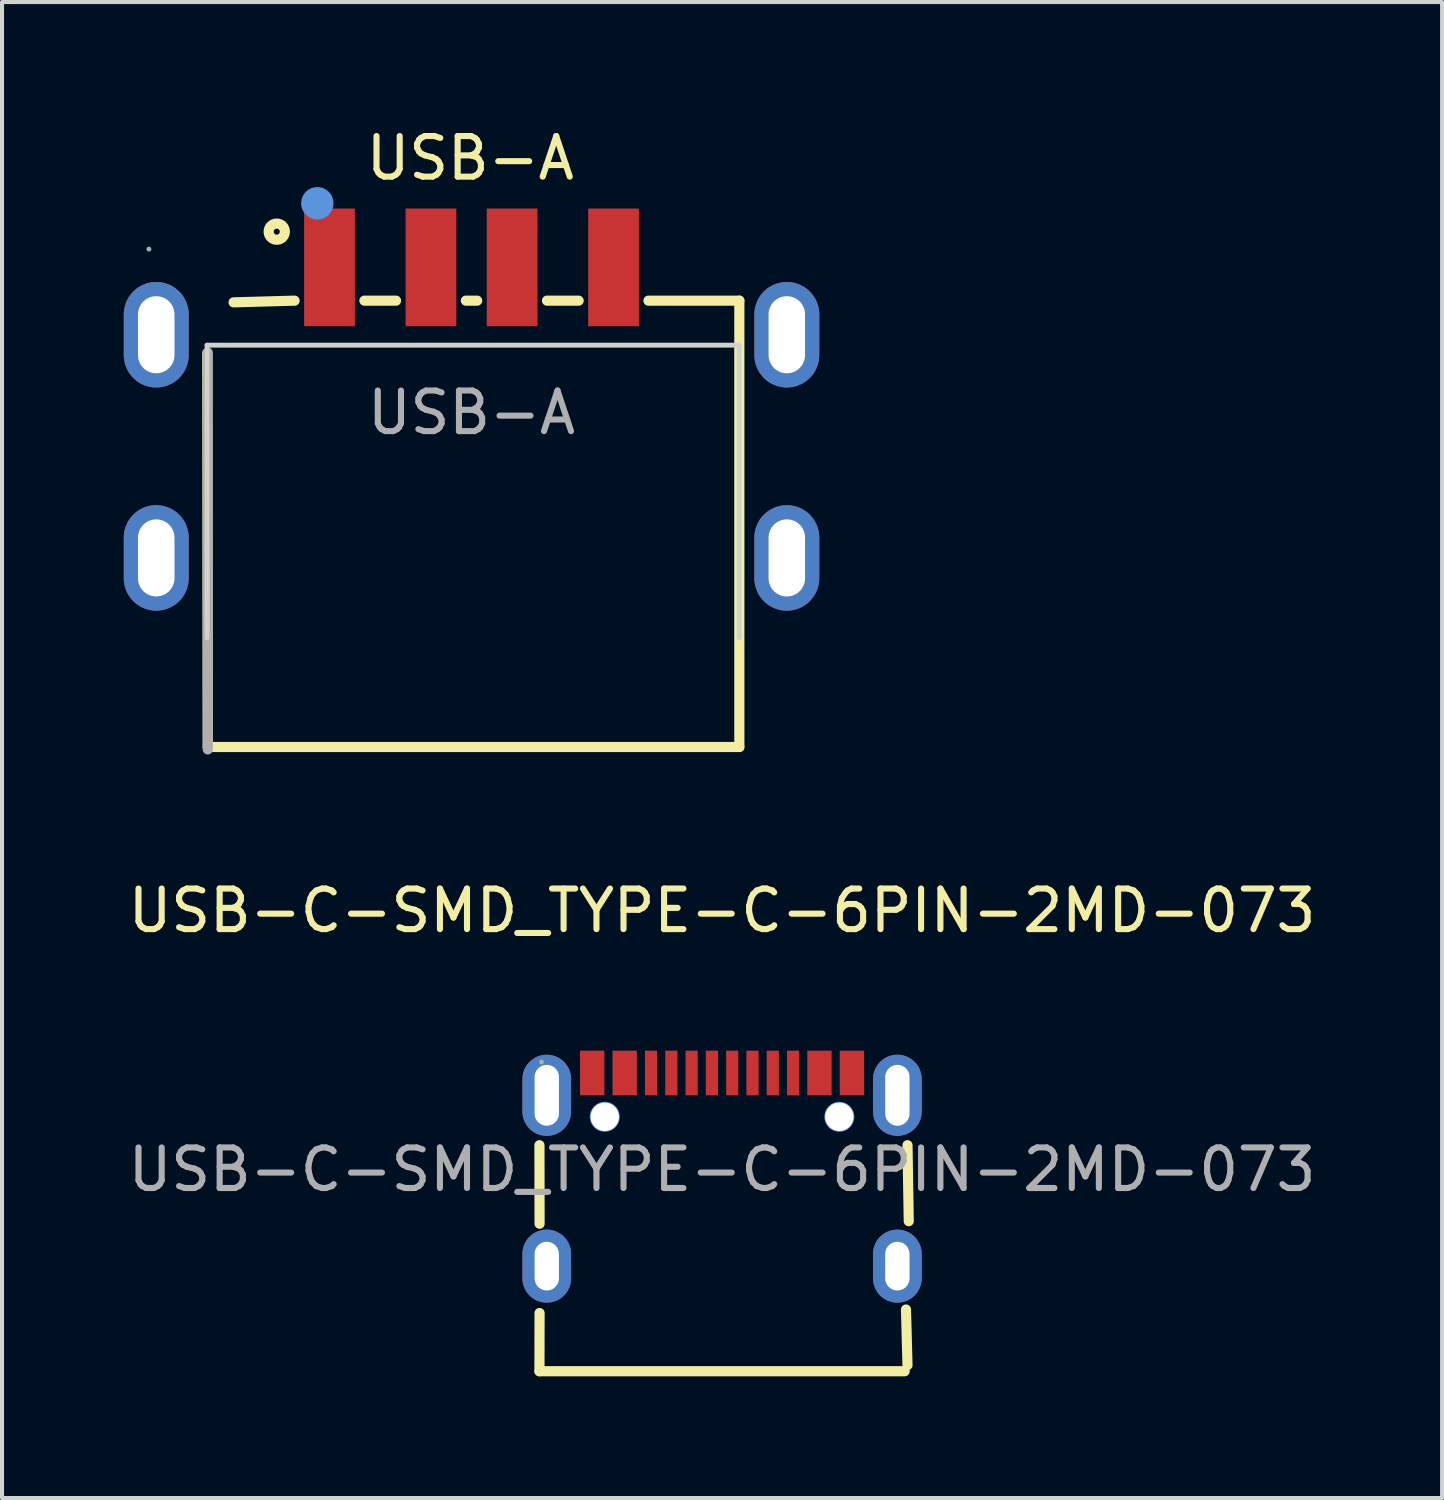
<source format=kicad_pcb>
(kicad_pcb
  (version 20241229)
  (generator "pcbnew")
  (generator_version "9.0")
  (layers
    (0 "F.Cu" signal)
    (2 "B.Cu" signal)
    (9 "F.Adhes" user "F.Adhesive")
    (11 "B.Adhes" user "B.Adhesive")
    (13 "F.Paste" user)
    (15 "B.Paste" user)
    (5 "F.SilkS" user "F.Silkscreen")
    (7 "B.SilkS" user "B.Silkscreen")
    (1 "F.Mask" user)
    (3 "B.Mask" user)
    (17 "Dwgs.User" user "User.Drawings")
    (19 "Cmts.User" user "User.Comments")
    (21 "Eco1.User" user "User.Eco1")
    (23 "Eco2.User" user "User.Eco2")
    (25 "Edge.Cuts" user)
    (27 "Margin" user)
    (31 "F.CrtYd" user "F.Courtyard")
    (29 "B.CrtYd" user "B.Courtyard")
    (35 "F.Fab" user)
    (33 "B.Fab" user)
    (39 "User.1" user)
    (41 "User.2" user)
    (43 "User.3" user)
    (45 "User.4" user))
  (footprint "USB-C-SMD_TYPE-C-6PIN-2MD-073"
    (layer "F.Cu")
    (at 14.744 25.772)
    (property "Reference" "USB-C-SMD_TYPE-C-6PIN-2MD-073" (at 0 -6.38 0) (layer "F.SilkS") (effects (font (size 1 1) (thickness 0.15))))
    (attr smd)
    (fp_line (start -4.5 4.97) (end -4.497 3.535) (stroke (width 0.25) (type solid)) (layer "F.SilkS"))
    (fp_line (start -4.497 1.335) (end -4.5 -0.6) (stroke (width 0.25) (type solid)) (layer "F.SilkS"))
    (fp_line (start 4.5 4.97) (end -4.5 4.97) (stroke (width 0.25) (type solid)) (layer "F.SilkS"))
    (fp_line (start 4.57 4.82) (end 4.533 3.449) (stroke (width 0.25) (type solid)) (layer "F.SilkS"))
    (fp_line (start 4.601 1.272) (end 4.57 -0.6) (stroke (width 0.25) (type solid)) (layer "F.SilkS"))
    (fp_circle (center -2.89 -1.3) (end -2.77 -1.3) (stroke (width 0.25) (type solid)) (fill no) (layer "Cmts.User"))
    (fp_circle (center 2.89 -1.3) (end 3.01 -1.3) (stroke (width 0.25) (type solid)) (fill no) (layer "Cmts.User"))
    (fp_circle (center -4.45 -2.65) (end -4.42 -2.65) (stroke (width 0.06) (type solid)) (fill no) (layer "F.Fab"))
    (fp_text user "${REFERENCE}" (at 0 0 0) (layer "F.Fab") (effects (font (size 1 1) (thickness 0.15))))
    (pad "" np_thru_hole circle (at -2.89 -1.3) (size 0.7 0.7) (drill 0.7) (layers "*.Cu" "*.Mask"))
    (pad "" np_thru_hole circle (at 2.89 -1.3) (size 0.7 0.7) (drill 0.7) (layers "*.Cu" "*.Mask"))
    (pad "1" smd rect (at -3.2 -2.38) (size 0.6 1.1) (layers "F.Cu" "F.Mask" "F.Paste"))
    (pad "2" smd rect (at -2.4 -2.38) (size 0.6 1.1) (layers "F.Cu" "F.Mask" "F.Paste"))
    (pad "3" smd rect (at -1.75 -2.38) (size 0.3 1.1) (layers "F.Cu" "F.Mask" "F.Paste"))
    (pad "4" smd rect (at -1.25 -2.38) (size 0.3 1.1) (layers "F.Cu" "F.Mask" "F.Paste"))
    (pad "5" smd rect (at -0.75 -2.38) (size 0.3 1.1) (layers "F.Cu" "F.Mask" "F.Paste"))
    (pad "6" smd rect (at -0.25 -2.38) (size 0.3 1.1) (layers "F.Cu" "F.Mask" "F.Paste"))
    (pad "7" smd rect (at 0.25 -2.38) (size 0.3 1.1) (layers "F.Cu" "F.Mask" "F.Paste"))
    (pad "8" smd rect (at 0.75 -2.38) (size 0.3 1.1) (layers "F.Cu" "F.Mask" "F.Paste"))
    (pad "9" smd rect (at 1.25 -2.38) (size 0.3 1.1) (layers "F.Cu" "F.Mask" "F.Paste"))
    (pad "10" smd rect (at 1.75 -2.38) (size 0.3 1.1) (layers "F.Cu" "F.Mask" "F.Paste"))
    (pad "11" smd rect (at 2.4 -2.38) (size 0.6 1.1) (layers "F.Cu" "F.Mask" "F.Paste"))
    (pad "12" smd rect (at 3.2 -2.38) (size 0.6 1.1) (layers "F.Cu" "F.Mask" "F.Paste"))
    (pad "13" thru_hole oval (at -4.32 -1.83) (size 1.2 2) (drill oval 0.6 1.5) (layers "*.Cu" "*.Paste" "*.Mask"))
    (pad "13" thru_hole oval (at -4.32 2.38) (size 1.2 1.8) (drill oval 0.6 1.2) (layers "*.Cu" "*.Paste" "*.Mask"))
    (pad "13" thru_hole oval (at 4.32 -1.83) (size 1.2 2) (drill oval 0.6 1.5) (layers "*.Cu" "*.Paste" "*.Mask"))
    (pad "13" thru_hole oval (at 4.32 2.38) (size 1.2 1.8) (drill oval 0.6 1.2) (layers "*.Cu" "*.Paste" "*.Mask")))
  (footprint "USB-A"
    (layer "F.Cu")
    (at 8.57 7.119)
    (property "Reference" "USB-A" (at -0.032 -6.271 0) (layer "F.SilkS") (effects (font (size 1 1) (thickness 0.15))))
    (attr smd)
    (fp_line (start -6.5 8.24) (end -6.512 -1.469) (stroke (width 0.25) (type solid)) (layer "F.SilkS"))
    (fp_line (start -5.864 -2.718) (end -4.36 -2.76) (stroke (width 0.25) (type solid)) (layer "F.SilkS"))
    (fp_line (start -2.64 -2.76) (end -1.86 -2.76) (stroke (width 0.25) (type solid)) (layer "F.SilkS"))
    (fp_line (start -0.14 -2.76) (end 0.14 -2.76) (stroke (width 0.25) (type solid)) (layer "F.SilkS"))
    (fp_line (start 1.86 -2.76) (end 2.64 -2.76) (stroke (width 0.25) (type solid)) (layer "F.SilkS"))
    (fp_line (start 4.36 -2.76) (end 6.6 -2.76) (stroke (width 0.25) (type solid)) (layer "F.SilkS"))
    (fp_line (start 6.6 -2.76) (end 6.6 8.24) (stroke (width 0.25) (type solid)) (layer "F.SilkS"))
    (fp_line (start 6.6 8.24) (end -6.5 8.24) (stroke (width 0.25) (type solid)) (layer "F.SilkS"))
    (fp_circle (center -4.8 -4.46) (end -4.6 -4.46) (stroke (width 0.25) (type solid)) (fill no) (layer "F.SilkS"))
    (fp_circle (center -3.8 -5.16) (end -3.6 -5.16) (stroke (width 0.4) (type solid)) (fill no) (layer "Cmts.User"))
    (fp_line (start -6.517 -1.662) (end -6.517 5.55) (stroke (width 0.12) (type default)) (layer "Edge.Cuts"))
    (fp_line (start -6.517 -1.662) (end 6.595 -1.662) (stroke (width 0.12) (type default)) (layer "Edge.Cuts"))
    (fp_line (start 6.595 -1.662) (end 6.595 5.55) (stroke (width 0.12) (type default)) (layer "Edge.Cuts"))
    (fp_line (start -6.5 -1.48) (end -6.5 8.3) (stroke (width 0.25) (type solid)) (layer "F.Fab"))
    (fp_circle (center -7.95 -4.03) (end -7.92 -4.03) (stroke (width 0.06) (type solid)) (fill no) (layer "F.Fab"))
    (fp_text user "${REFERENCE}" (at 0 0 0) (layer "F.Fab") (effects (font (size 1 1) (thickness 0.15))))
    (pad "1" smd rect (at -3.5 -3.58) (size 1.25 2.9) (layers "F.Cu" "F.Mask" "F.Paste"))
    (pad "2" smd rect (at -1 -3.58) (size 1.25 2.9) (layers "F.Cu" "F.Mask" "F.Paste"))
    (pad "3" smd rect (at 1 -3.58) (size 1.25 2.9) (layers "F.Cu" "F.Mask" "F.Paste"))
    (pad "4" smd rect (at 3.5 -3.58) (size 1.25 2.9) (layers "F.Cu" "F.Mask" "F.Paste"))
    (pad "5" thru_hole oval (at -7.77 -1.92) (size 1.6 2.6) (drill oval 0.9 1.9) (layers "*.Cu" "*.Mask"))
    (pad "5" thru_hole oval (at -7.77 3.58) (size 1.6 2.6) (drill oval 0.9 1.9) (layers "*.Cu" "*.Mask"))
    (pad "5" thru_hole oval (at 7.77 -1.92) (size 1.6 2.6) (drill oval 0.9 1.9) (layers "*.Cu" "*.Mask"))
    (pad "5" thru_hole oval (at 7.77 3.58) (size 1.6 2.6) (drill oval 0.9 1.9) (layers "*.Cu" "*.Mask")))
  (gr_rect
    (start -3 -3)
    (end 32.488 33.867)
    (stroke (width 0.1) (type default))
    (fill no)
    (layer "Edge.Cuts")))
</source>
